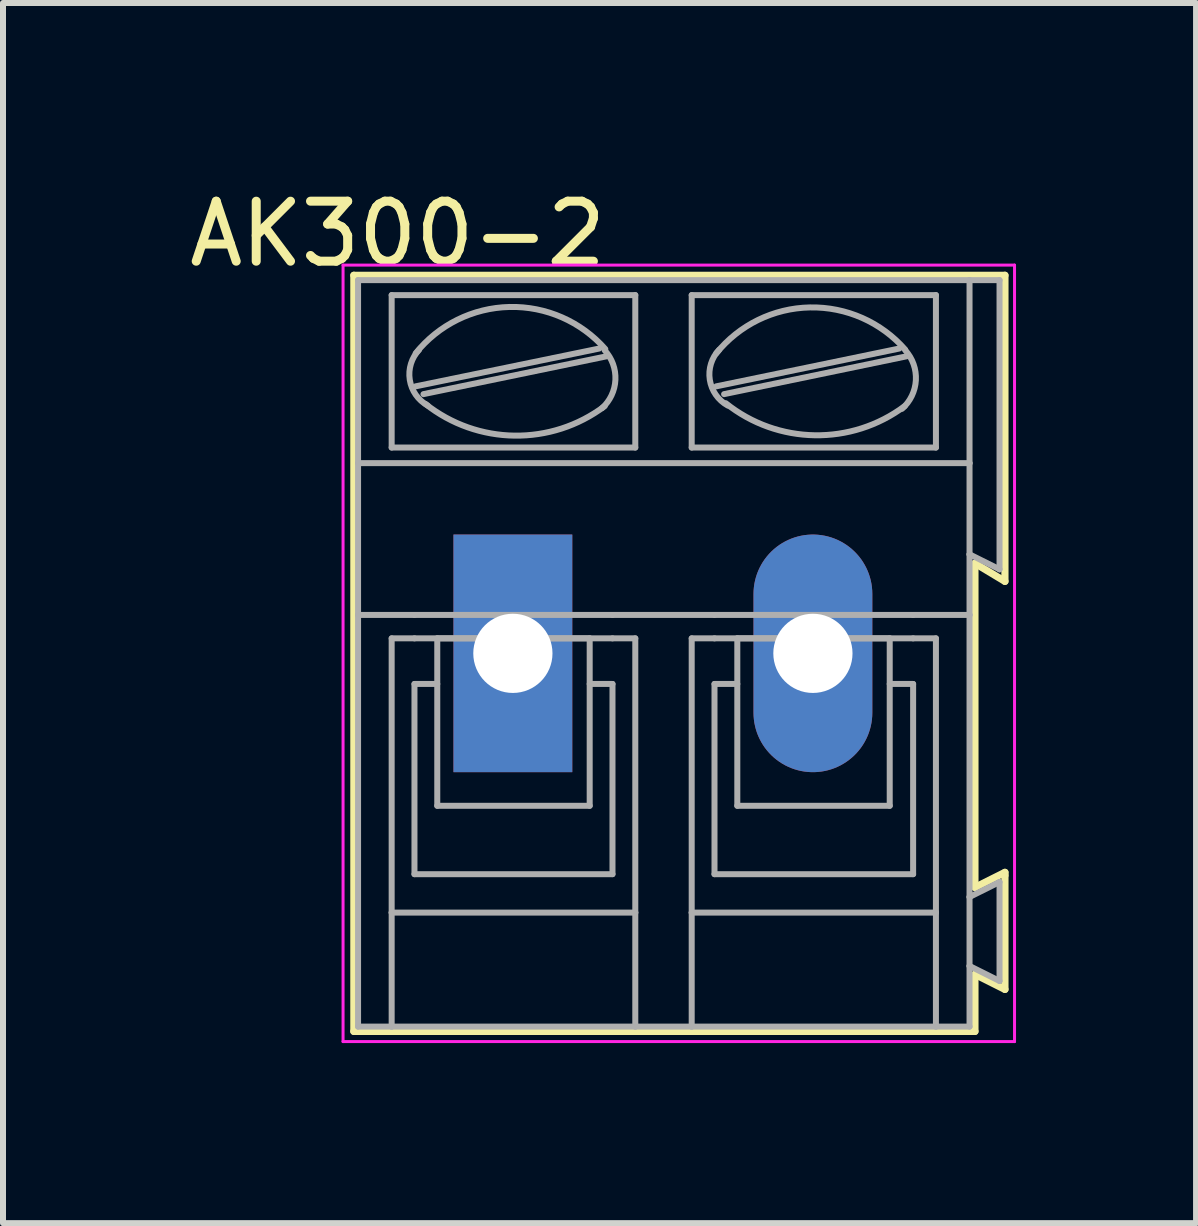
<source format=kicad_pcb>
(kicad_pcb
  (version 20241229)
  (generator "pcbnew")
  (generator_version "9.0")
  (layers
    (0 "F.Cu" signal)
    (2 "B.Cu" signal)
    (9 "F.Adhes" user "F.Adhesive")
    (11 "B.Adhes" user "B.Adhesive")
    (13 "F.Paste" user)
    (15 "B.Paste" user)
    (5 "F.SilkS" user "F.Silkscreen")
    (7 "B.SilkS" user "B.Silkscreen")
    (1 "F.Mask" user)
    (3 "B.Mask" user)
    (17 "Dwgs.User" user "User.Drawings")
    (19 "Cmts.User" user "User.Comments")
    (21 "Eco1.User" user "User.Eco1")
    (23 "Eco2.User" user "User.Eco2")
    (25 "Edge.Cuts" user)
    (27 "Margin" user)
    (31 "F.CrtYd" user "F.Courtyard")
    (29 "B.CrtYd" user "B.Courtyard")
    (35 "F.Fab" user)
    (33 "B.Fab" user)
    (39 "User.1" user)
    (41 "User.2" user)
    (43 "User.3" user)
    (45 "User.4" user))
  (footprint "AK300-2"
    (layer "F.Cu")
    (at 5.497 7.838)
    (property "Reference" "AK300-2" (at -1.92 -6.99 0) (layer "F.SilkS") (effects (font (size 1 1) (thickness 0.15))))
    (attr through_hole)
    (fp_line (start -2.65 -6.3) (end -2.65 6.3) (stroke (width 0.12) (type solid)) (layer "F.SilkS"))
    (fp_line (start -2.65 6.3) (end 7.7 6.3) (stroke (width 0.12) (type solid)) (layer "F.SilkS"))
    (fp_line (start 7.7 -1.5) (end 8.2 -1.2) (stroke (width 0.12) (type solid)) (layer "F.SilkS"))
    (fp_line (start 7.7 3.9) (end 7.7 -1.5) (stroke (width 0.12) (type solid)) (layer "F.SilkS"))
    (fp_line (start 7.7 5.35) (end 8.2 5.6) (stroke (width 0.12) (type solid)) (layer "F.SilkS"))
    (fp_line (start 7.7 6.3) (end 7.7 5.35) (stroke (width 0.12) (type solid)) (layer "F.SilkS"))
    (fp_line (start 8.2 -6.3) (end -2.65 -6.3) (stroke (width 0.12) (type solid)) (layer "F.SilkS"))
    (fp_line (start 8.2 -1.2) (end 8.2 -6.3) (stroke (width 0.12) (type solid)) (layer "F.SilkS"))
    (fp_line (start 8.2 3.65) (end 7.7 3.9) (stroke (width 0.12) (type solid)) (layer "F.SilkS"))
    (fp_line (start 8.2 3.7) (end 8.2 3.65) (stroke (width 0.12) (type solid)) (layer "F.SilkS"))
    (fp_line (start 8.2 5.6) (end 8.2 3.7) (stroke (width 0.12) (type solid)) (layer "F.SilkS"))
    (fp_line (start -2.83 -6.47) (end -2.83 6.47) (stroke (width 0.05) (type solid)) (layer "F.CrtYd"))
    (fp_line (start -2.83 6.47) (end 8.36 6.47) (stroke (width 0.05) (type solid)) (layer "F.CrtYd"))
    (fp_line (start 8.36 -6.47) (end -2.83 -6.47) (stroke (width 0.05) (type solid)) (layer "F.CrtYd"))
    (fp_line (start 8.36 6.47) (end 8.36 -6.47) (stroke (width 0.05) (type solid)) (layer "F.CrtYd"))
    (fp_line (start -2.58 -3.17) (end -2.58 -6.22) (stroke (width 0.1) (type solid)) (layer "F.Fab"))
    (fp_line (start -2.58 -3.17) (end 7.61 -3.17) (stroke (width 0.1) (type solid)) (layer "F.Fab"))
    (fp_line (start -2.58 -0.64) (end -2.58 -3.17) (stroke (width 0.1) (type solid)) (layer "F.Fab"))
    (fp_line (start -2.58 -0.64) (end -1.64 -0.64) (stroke (width 0.1) (type solid)) (layer "F.Fab"))
    (fp_line (start -2.58 6.22) (end -2.58 -0.64) (stroke (width 0.1) (type solid)) (layer "F.Fab"))
    (fp_line (start -2.58 6.22) (end -2.02 6.22) (stroke (width 0.1) (type solid)) (layer "F.Fab"))
    (fp_line (start -2.02 -3.43) (end -2.02 -5.97) (stroke (width 0.1) (type solid)) (layer "F.Fab"))
    (fp_line (start -2.02 -0.25) (end -2.02 4.32) (stroke (width 0.1) (type solid)) (layer "F.Fab"))
    (fp_line (start -2.02 -0.25) (end -1.64 -0.25) (stroke (width 0.1) (type solid)) (layer "F.Fab"))
    (fp_line (start -2.02 4.32) (end -2.02 6.22) (stroke (width 0.1) (type solid)) (layer "F.Fab"))
    (fp_line (start -2.02 6.22) (end 2.04 6.22) (stroke (width 0.1) (type solid)) (layer "F.Fab"))
    (fp_line (start -1.64 -0.64) (end 1.66 -0.64) (stroke (width 0.1) (type solid)) (layer "F.Fab"))
    (fp_line (start -1.64 0.51) (end -1.26 0.51) (stroke (width 0.1) (type solid)) (layer "F.Fab"))
    (fp_line (start -1.64 3.68) (end -1.64 0.51) (stroke (width 0.1) (type solid)) (layer "F.Fab"))
    (fp_line (start -1.62 -4.45) (end 1.44 -5.08) (stroke (width 0.1) (type solid)) (layer "F.Fab"))
    (fp_line (start -1.49 -4.32) (end 1.56 -4.95) (stroke (width 0.1) (type solid)) (layer "F.Fab"))
    (fp_line (start -1.26 -0.25) (end 1.28 -0.25) (stroke (width 0.1) (type solid)) (layer "F.Fab"))
    (fp_line (start -1.26 2.54) (end -1.26 -0.25) (stroke (width 0.1) (type solid)) (layer "F.Fab"))
    (fp_line (start -1.26 2.54) (end 1.28 2.54) (stroke (width 0.1) (type solid)) (layer "F.Fab"))
    (fp_line (start 1.28 2.54) (end 1.28 -0.25) (stroke (width 0.1) (type solid)) (layer "F.Fab"))
    (fp_line (start 1.66 -0.64) (end 3.36 -0.64) (stroke (width 0.1) (type solid)) (layer "F.Fab"))
    (fp_line (start 1.66 -0.25) (end -1.64 -0.25) (stroke (width 0.1) (type solid)) (layer "F.Fab"))
    (fp_line (start 1.66 0.51) (end 1.28 0.51) (stroke (width 0.1) (type solid)) (layer "F.Fab"))
    (fp_line (start 1.66 3.68) (end -1.64 3.68) (stroke (width 0.1) (type solid)) (layer "F.Fab"))
    (fp_line (start 1.66 3.68) (end 1.66 0.51) (stroke (width 0.1) (type solid)) (layer "F.Fab"))
    (fp_line (start 2.04 -5.97) (end -2.02 -5.97) (stroke (width 0.1) (type solid)) (layer "F.Fab"))
    (fp_line (start 2.04 -3.43) (end -2.02 -3.43) (stroke (width 0.1) (type solid)) (layer "F.Fab"))
    (fp_line (start 2.04 -3.43) (end 2.04 -5.97) (stroke (width 0.1) (type solid)) (layer "F.Fab"))
    (fp_line (start 2.04 -0.25) (end 1.66 -0.25) (stroke (width 0.1) (type solid)) (layer "F.Fab"))
    (fp_line (start 2.04 4.32) (end -2.02 4.32) (stroke (width 0.1) (type solid)) (layer "F.Fab"))
    (fp_line (start 2.04 4.32) (end 2.04 -0.25) (stroke (width 0.1) (type solid)) (layer "F.Fab"))
    (fp_line (start 2.04 6.22) (end 2.04 4.32) (stroke (width 0.1) (type solid)) (layer "F.Fab"))
    (fp_line (start 2.04 6.22) (end 2.98 6.22) (stroke (width 0.1) (type solid)) (layer "F.Fab"))
    (fp_line (start 2.98 -5.97) (end 7.05 -5.97) (stroke (width 0.1) (type solid)) (layer "F.Fab"))
    (fp_line (start 2.98 -3.43) (end 2.98 -5.97) (stroke (width 0.1) (type solid)) (layer "F.Fab"))
    (fp_line (start 2.98 -0.25) (end 3.36 -0.25) (stroke (width 0.1) (type solid)) (layer "F.Fab"))
    (fp_line (start 2.98 4.32) (end 2.98 -0.25) (stroke (width 0.1) (type solid)) (layer "F.Fab"))
    (fp_line (start 2.98 4.32) (end 7.05 4.32) (stroke (width 0.1) (type solid)) (layer "F.Fab"))
    (fp_line (start 2.98 6.22) (end 2.98 4.32) (stroke (width 0.1) (type solid)) (layer "F.Fab"))
    (fp_line (start 2.98 6.22) (end 7.05 6.22) (stroke (width 0.1) (type solid)) (layer "F.Fab"))
    (fp_line (start 3.36 -0.25) (end 6.67 -0.25) (stroke (width 0.1) (type solid)) (layer "F.Fab"))
    (fp_line (start 3.36 0.51) (end 3.74 0.51) (stroke (width 0.1) (type solid)) (layer "F.Fab"))
    (fp_line (start 3.36 3.68) (end 3.36 0.51) (stroke (width 0.1) (type solid)) (layer "F.Fab"))
    (fp_line (start 3.39 -4.45) (end 6.44 -5.08) (stroke (width 0.1) (type solid)) (layer "F.Fab"))
    (fp_line (start 3.52 -4.32) (end 6.56 -4.95) (stroke (width 0.1) (type solid)) (layer "F.Fab"))
    (fp_line (start 3.74 -0.25) (end 6.28 -0.25) (stroke (width 0.1) (type solid)) (layer "F.Fab"))
    (fp_line (start 3.74 2.54) (end 3.74 -0.25) (stroke (width 0.1) (type solid)) (layer "F.Fab"))
    (fp_line (start 3.74 2.54) (end 6.28 2.54) (stroke (width 0.1) (type solid)) (layer "F.Fab"))
    (fp_line (start 6.28 2.54) (end 6.28 -0.25) (stroke (width 0.1) (type solid)) (layer "F.Fab"))
    (fp_line (start 6.67 -0.64) (end 3.36 -0.64) (stroke (width 0.1) (type solid)) (layer "F.Fab"))
    (fp_line (start 6.67 0.51) (end 6.28 0.51) (stroke (width 0.1) (type solid)) (layer "F.Fab"))
    (fp_line (start 6.67 3.68) (end 3.36 3.68) (stroke (width 0.1) (type solid)) (layer "F.Fab"))
    (fp_line (start 6.67 3.68) (end 6.67 0.51) (stroke (width 0.1) (type solid)) (layer "F.Fab"))
    (fp_line (start 7.05 -5.97) (end 7.05 -3.43) (stroke (width 0.1) (type solid)) (layer "F.Fab"))
    (fp_line (start 7.05 -3.43) (end 2.98 -3.43) (stroke (width 0.1) (type solid)) (layer "F.Fab"))
    (fp_line (start 7.05 -0.25) (end 6.67 -0.25) (stroke (width 0.1) (type solid)) (layer "F.Fab"))
    (fp_line (start 7.05 -0.25) (end 7.05 4.32) (stroke (width 0.1) (type solid)) (layer "F.Fab"))
    (fp_line (start 7.05 4.32) (end 7.05 6.22) (stroke (width 0.1) (type solid)) (layer "F.Fab"))
    (fp_line (start 7.05 6.22) (end 7.61 6.22) (stroke (width 0.1) (type solid)) (layer "F.Fab"))
    (fp_line (start 7.61 -6.22) (end -2.58 -6.22) (stroke (width 0.1) (type solid)) (layer "F.Fab"))
    (fp_line (start 7.61 -6.22) (end 7.61 -3.17) (stroke (width 0.1) (type solid)) (layer "F.Fab"))
    (fp_line (start 7.61 -6.22) (end 8.11 -6.22) (stroke (width 0.1) (type solid)) (layer "F.Fab"))
    (fp_line (start 7.61 -3.17) (end 7.61 -1.65) (stroke (width 0.1) (type solid)) (layer "F.Fab"))
    (fp_line (start 7.61 -1.65) (end 7.61 -0.64) (stroke (width 0.1) (type solid)) (layer "F.Fab"))
    (fp_line (start 7.61 -0.64) (end 6.67 -0.64) (stroke (width 0.1) (type solid)) (layer "F.Fab"))
    (fp_line (start 7.61 -0.64) (end 7.61 4.06) (stroke (width 0.1) (type solid)) (layer "F.Fab"))
    (fp_line (start 7.61 4.06) (end 7.61 5.21) (stroke (width 0.1) (type solid)) (layer "F.Fab"))
    (fp_line (start 7.61 5.21) (end 7.61 6.22) (stroke (width 0.1) (type solid)) (layer "F.Fab"))
    (fp_line (start 8.11 -6.22) (end 8.11 -1.4) (stroke (width 0.1) (type solid)) (layer "F.Fab"))
    (fp_line (start 8.11 -1.4) (end 7.61 -1.65) (stroke (width 0.1) (type solid)) (layer "F.Fab"))
    (fp_line (start 8.11 3.81) (end 7.61 4.06) (stroke (width 0.1) (type solid)) (layer "F.Fab"))
    (fp_line (start 8.11 3.81) (end 8.11 5.46) (stroke (width 0.1) (type solid)) (layer "F.Fab"))
    (fp_line (start 8.11 5.46) (end 7.61 5.21) (stroke (width 0.1) (type solid)) (layer "F.Fab"))
    (fp_arc (start -1.62 -5) (mid -0.05669 -5.772528) (end 1.539976 -5.071534) (stroke (width 0.1) (type solid)) (layer "F.Fab"))
    (fp_arc (start -1.42 -4.13) (mid -1.718466 -4.559406) (end -1.562972 -5.058699) (stroke (width 0.1) (type solid)) (layer "F.Fab"))
    (fp_arc (start 1.53 -5.05) (mid 1.708693 -4.558754) (end 1.485619 -4.086005) (stroke (width 0.1) (type solid)) (layer "F.Fab"))
    (fp_arc (start 1.53 -4.12) (mid 0.02849 -3.628196) (end -1.459829 -4.158582) (stroke (width 0.1) (type solid)) (layer "F.Fab"))
    (fp_arc (start 3.39 -5) (mid 4.949737 -5.764867) (end 6.538239 -5.061686) (stroke (width 0.1) (type solid)) (layer "F.Fab"))
    (fp_arc (start 3.58 -4.13) (mid 3.281534 -4.559406) (end 3.437028 -5.058699) (stroke (width 0.1) (type solid)) (layer "F.Fab"))
    (fp_arc (start 6.53 -4.12) (mid 5.030583 -3.634318) (end 3.547667 -4.168263) (stroke (width 0.1) (type solid)) (layer "F.Fab"))
    (fp_arc (start 6.54 -5.05) (mid 6.715733 -4.551652) (end 6.485532 -4.076005) (stroke (width 0.1) (type solid)) (layer "F.Fab"))
    (pad "1" thru_hole rect (at 0 0) (size 1.98 3.96) (drill 1.32) (layers "*.Cu" "F.Mask" "F.Paste"))
    (pad "2" thru_hole oval (at 5 0) (size 1.98 3.96) (drill 1.32) (layers "*.Cu" "F.Mask" "F.Paste")))
  (gr_rect
    (start -3 -3)
    (end 16.882 17.333)
    (stroke (width 0.1) (type default))
    (fill no)
    (layer "Edge.Cuts")))
</source>
